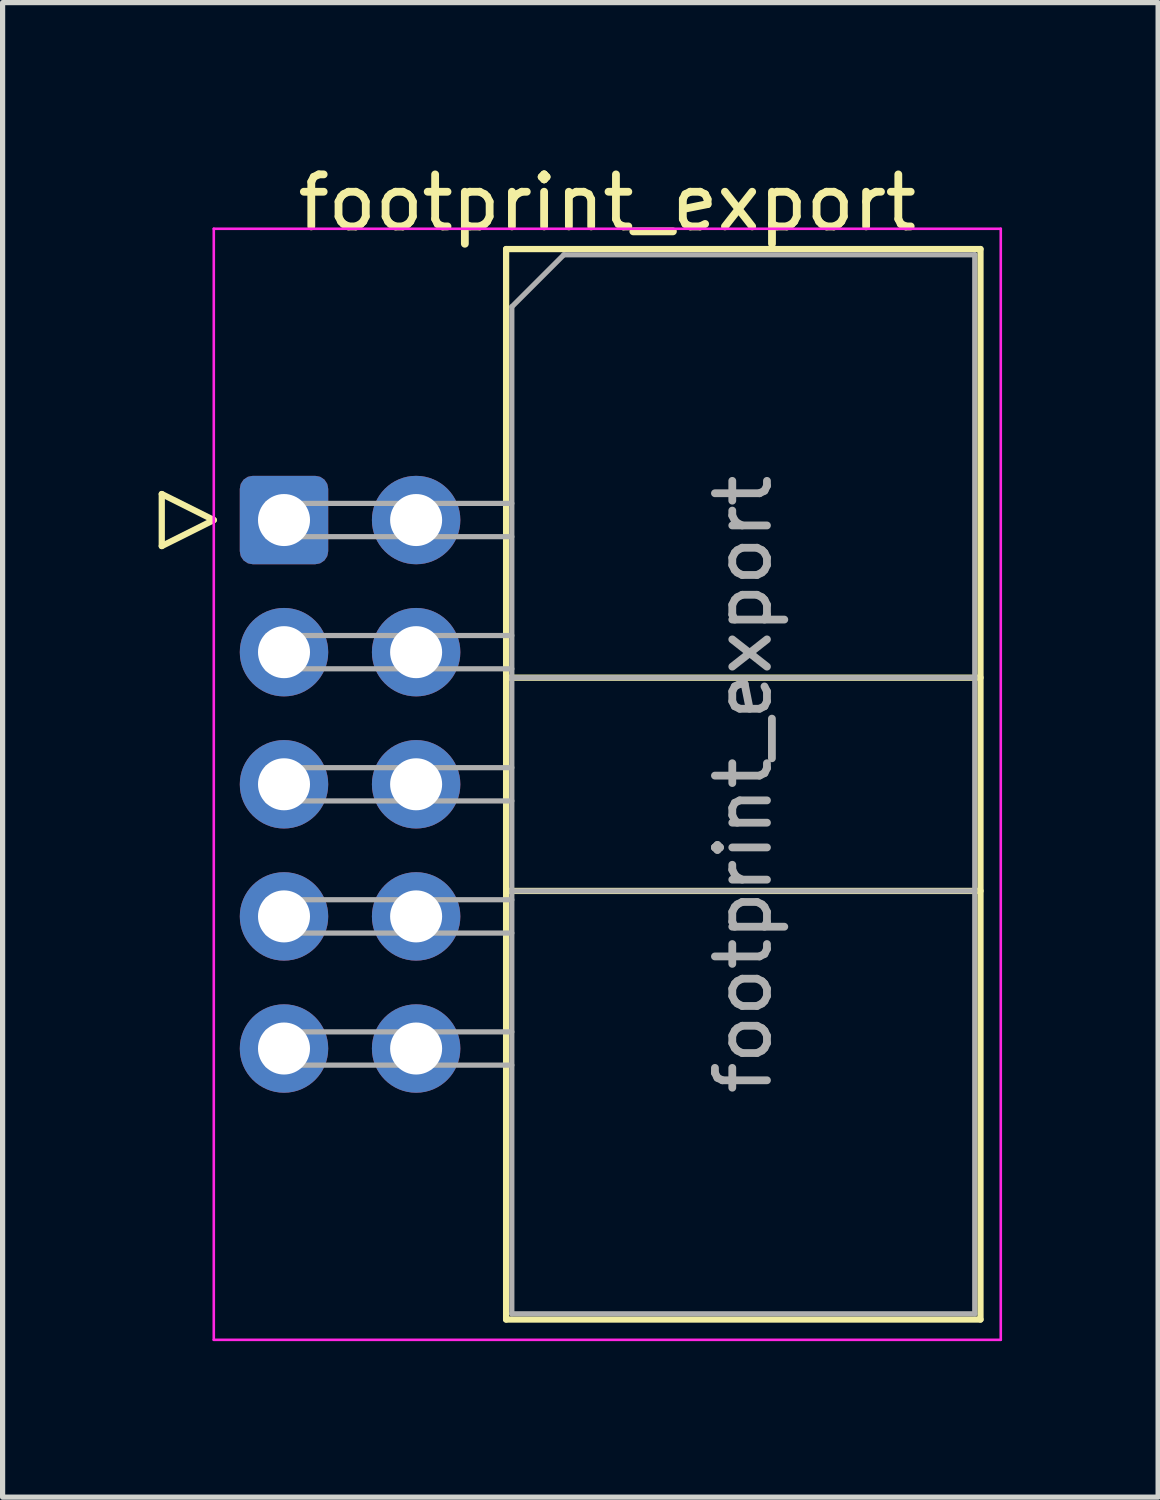
<source format=kicad_pcb>
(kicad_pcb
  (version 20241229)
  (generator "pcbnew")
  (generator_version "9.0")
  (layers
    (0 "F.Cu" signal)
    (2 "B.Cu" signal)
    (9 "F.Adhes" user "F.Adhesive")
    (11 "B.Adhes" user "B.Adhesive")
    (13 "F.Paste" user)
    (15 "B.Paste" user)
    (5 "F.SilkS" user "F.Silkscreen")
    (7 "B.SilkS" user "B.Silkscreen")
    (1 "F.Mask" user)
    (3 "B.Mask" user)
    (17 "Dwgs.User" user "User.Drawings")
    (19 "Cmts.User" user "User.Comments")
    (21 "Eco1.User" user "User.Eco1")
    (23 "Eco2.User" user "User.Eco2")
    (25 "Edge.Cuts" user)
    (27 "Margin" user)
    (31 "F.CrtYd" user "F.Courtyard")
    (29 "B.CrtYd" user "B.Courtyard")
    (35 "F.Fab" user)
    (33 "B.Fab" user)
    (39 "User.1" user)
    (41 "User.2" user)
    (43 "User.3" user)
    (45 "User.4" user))
  (footprint "footprint_export"
    (layer "F.Cu")
    (at 2.41 6.948)
    (property "Reference" "footprint_export" (at 6.215 -6.1 0) (layer "F.SilkS") (effects (font (size 1 1) (thickness 0.15))))
    (attr through_hole)
    (fp_line (start -2.35 -0.5) (end -2.35 0.5) (stroke (width 0.12) (type solid)) (layer "F.SilkS"))
    (fp_line (start -2.35 0.5) (end -1.35 0) (stroke (width 0.12) (type solid)) (layer "F.SilkS"))
    (fp_line (start -1.35 0) (end -2.35 -0.5) (stroke (width 0.12) (type solid)) (layer "F.SilkS"))
    (fp_line (start 4.27 -5.21) (end 13.39 -5.21) (stroke (width 0.12) (type solid)) (layer "F.SilkS"))
    (fp_line (start 4.27 3.03) (end 13.39 3.03) (stroke (width 0.12) (type solid)) (layer "F.SilkS"))
    (fp_line (start 4.27 7.13) (end 13.39 7.13) (stroke (width 0.12) (type solid)) (layer "F.SilkS"))
    (fp_line (start 4.27 15.37) (end 4.27 -5.21) (stroke (width 0.12) (type solid)) (layer "F.SilkS"))
    (fp_line (start 13.39 -5.21) (end 13.39 15.37) (stroke (width 0.12) (type solid)) (layer "F.SilkS"))
    (fp_line (start 13.39 15.37) (end 4.27 15.37) (stroke (width 0.12) (type solid)) (layer "F.SilkS"))
    (fp_line (start -1.35 -5.6) (end -1.35 15.76) (stroke (width 0.05) (type solid)) (layer "F.CrtYd"))
    (fp_line (start -1.35 15.76) (end 13.78 15.76) (stroke (width 0.05) (type solid)) (layer "F.CrtYd"))
    (fp_line (start 13.78 -5.6) (end -1.35 -5.6) (stroke (width 0.05) (type solid)) (layer "F.CrtYd"))
    (fp_line (start 13.78 15.76) (end 13.78 -5.6) (stroke (width 0.05) (type solid)) (layer "F.CrtYd"))
    (fp_line (start -0.32 -0.32) (end -0.32 0.32) (stroke (width 0.1) (type solid)) (layer "F.Fab"))
    (fp_line (start -0.32 0.32) (end 4.38 0.32) (stroke (width 0.1) (type solid)) (layer "F.Fab"))
    (fp_line (start -0.32 2.22) (end -0.32 2.86) (stroke (width 0.1) (type solid)) (layer "F.Fab"))
    (fp_line (start -0.32 2.86) (end 4.38 2.86) (stroke (width 0.1) (type solid)) (layer "F.Fab"))
    (fp_line (start -0.32 4.76) (end -0.32 5.4) (stroke (width 0.1) (type solid)) (layer "F.Fab"))
    (fp_line (start -0.32 5.4) (end 4.38 5.4) (stroke (width 0.1) (type solid)) (layer "F.Fab"))
    (fp_line (start -0.32 7.3) (end -0.32 7.94) (stroke (width 0.1) (type solid)) (layer "F.Fab"))
    (fp_line (start -0.32 7.94) (end 4.38 7.94) (stroke (width 0.1) (type solid)) (layer "F.Fab"))
    (fp_line (start -0.32 9.84) (end -0.32 10.48) (stroke (width 0.1) (type solid)) (layer "F.Fab"))
    (fp_line (start -0.32 10.48) (end 4.38 10.48) (stroke (width 0.1) (type solid)) (layer "F.Fab"))
    (fp_line (start 4.38 -4.1) (end 5.38 -5.1) (stroke (width 0.1) (type solid)) (layer "F.Fab"))
    (fp_line (start 4.38 -0.32) (end -0.32 -0.32) (stroke (width 0.1) (type solid)) (layer "F.Fab"))
    (fp_line (start 4.38 2.22) (end -0.32 2.22) (stroke (width 0.1) (type solid)) (layer "F.Fab"))
    (fp_line (start 4.38 3.03) (end 13.28 3.03) (stroke (width 0.1) (type solid)) (layer "F.Fab"))
    (fp_line (start 4.38 4.76) (end -0.32 4.76) (stroke (width 0.1) (type solid)) (layer "F.Fab"))
    (fp_line (start 4.38 7.13) (end 13.28 7.13) (stroke (width 0.1) (type solid)) (layer "F.Fab"))
    (fp_line (start 4.38 7.3) (end -0.32 7.3) (stroke (width 0.1) (type solid)) (layer "F.Fab"))
    (fp_line (start 4.38 9.84) (end -0.32 9.84) (stroke (width 0.1) (type solid)) (layer "F.Fab"))
    (fp_line (start 4.38 15.26) (end 4.38 -4.1) (stroke (width 0.1) (type solid)) (layer "F.Fab"))
    (fp_line (start 5.38 -5.1) (end 13.28 -5.1) (stroke (width 0.1) (type solid)) (layer "F.Fab"))
    (fp_line (start 13.28 -5.1) (end 13.28 15.26) (stroke (width 0.1) (type solid)) (layer "F.Fab"))
    (fp_line (start 13.28 15.26) (end 4.38 15.26) (stroke (width 0.1) (type solid)) (layer "F.Fab"))
    (fp_text user "${REFERENCE}" (at 8.83 5.08 90) (layer "F.Fab") (effects (font (size 1 1) (thickness 0.15))))
    (pad "1" thru_hole roundrect (at 0 0) (size 1.7 1.7) (drill 1) (layers "*.Cu" "*.Mask") (roundrect_rratio 0.147))
    (pad "2" thru_hole circle (at 2.54 0) (size 1.7 1.7) (drill 1) (layers "*.Cu" "*.Mask"))
    (pad "3" thru_hole circle (at 0 2.54) (size 1.7 1.7) (drill 1) (layers "*.Cu" "*.Mask"))
    (pad "4" thru_hole circle (at 2.54 2.54) (size 1.7 1.7) (drill 1) (layers "*.Cu" "*.Mask"))
    (pad "5" thru_hole circle (at 0 5.08) (size 1.7 1.7) (drill 1) (layers "*.Cu" "*.Mask"))
    (pad "6" thru_hole circle (at 2.54 5.08) (size 1.7 1.7) (drill 1) (layers "*.Cu" "*.Mask"))
    (pad "7" thru_hole circle (at 0 7.62) (size 1.7 1.7) (drill 1) (layers "*.Cu" "*.Mask"))
    (pad "8" thru_hole circle (at 2.54 7.62) (size 1.7 1.7) (drill 1) (layers "*.Cu" "*.Mask"))
    (pad "9" thru_hole circle (at 0 10.16) (size 1.7 1.7) (drill 1) (layers "*.Cu" "*.Mask"))
    (pad "10" thru_hole circle (at 2.54 10.16) (size 1.7 1.7) (drill 1) (layers "*.Cu" "*.Mask")))
  (gr_rect
    (start -3 -3)
    (end 19.215 25.733)
    (stroke (width 0.1) (type default))
    (fill no)
    (layer "Edge.Cuts")))
</source>
